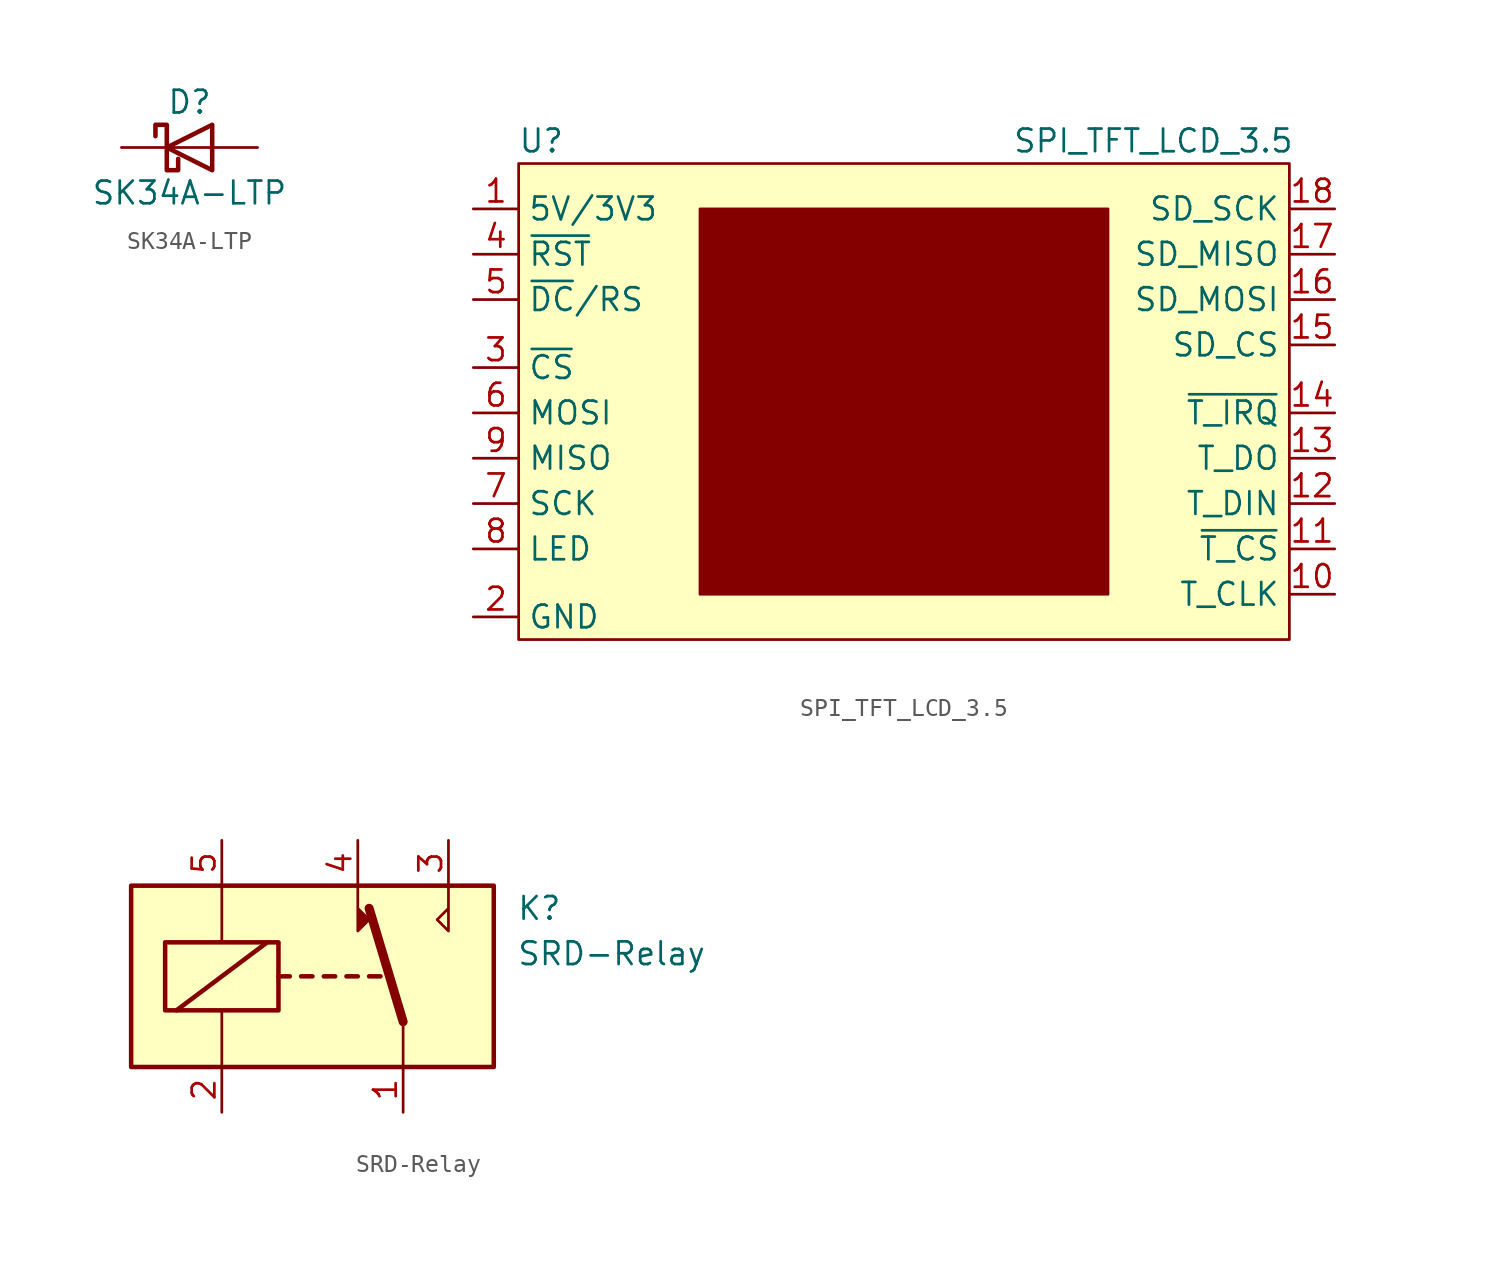
<source format=kicad_sym>
(kicad_symbol_lib
  (version 20220914)
  (generator kicad_symbol_editor)
  (symbol "SK34A-LTP"
    (pin_numbers hide)
    (pin_names
      (offset 1.016) hide)
    (property "Reference" "D"
      (at 0 2.54 0)
      (effects (font (size 1.27 1.27))))
    (property "Value" "SK34A-LTP"
      (at 0 -2.54 0)
      (effects (font (size 1.27 1.27))))
    (symbol "SK34A-LTP_0_1"
      (polyline (pts (xy 1.27 0) (xy -1.27 0)) (stroke (width 0) (type default)) (fill (type none)))
      (polyline (pts (xy 1.27 1.27) (xy 1.27 -1.27) (xy -1.27 0) (xy 1.27 1.27)) (stroke (width 0.254) (type default)) (fill (type none)))
      (polyline (pts (xy -1.905 0.635) (xy -1.905 1.27) (xy -1.27 1.27) (xy -1.27 -1.27) (xy -0.635 -1.27) (xy -0.635 -0.635)) (stroke (width 0.254) (type default)) (fill (type none))))
    (symbol "SK34A-LTP_1_1"
      (pin passive line (at -3.81 0 0) (length 2.54) (name "K" (effects (font (size 1.27 1.27)))) (number "1" (effects (font (size 1.27 1.27)))))
      (pin passive line (at 3.81 0 180) (length 2.54) (name "A" (effects (font (size 1.27 1.27)))) (number "2" (effects (font (size 1.27 1.27)))))))
  (symbol "SPI_TFT_LCD_3.5"
    (property "Reference" "U"
      (at -20.32 13.97 0)
      (effects (font (size 1.27 1.27))))
    (property "Value" "SPI_TFT_LCD_3.5"
      (at 13.97 13.97 0)
      (effects (font (size 1.27 1.27))))
    (symbol "SPI_TFT_LCD_3.5_0_1"
      (rectangle (start -21.59 12.7) (end 21.59 -13.97) (stroke (width 0) (type default)) (fill (type background)))
      (rectangle (start -11.43 10.16) (end 11.43 -11.43) (stroke (width 0) (type default)) (fill (type outline))))
    (symbol "SPI_TFT_LCD_3.5_1_1"
      (pin power_in line (at -24.13 10.16 0) (length 2.54) (name "5V/3V3" (effects (font (size 1.27 1.27)))) (number "1" (effects (font (size 1.27 1.27)))))
      (pin passive line (at 24.13 -11.43 180) (length 2.54) (name "T_CLK" (effects (font (size 1.27 1.27)))) (number "10" (effects (font (size 1.27 1.27)))))
      (pin input line (at 24.13 -8.89 180) (length 2.54) (name "~{T_CS}" (effects (font (size 1.27 1.27)))) (number "11" (effects (font (size 1.27 1.27)))))
      (pin input line (at 24.13 -6.35 180) (length 2.54) (name "T_DIN" (effects (font (size 1.27 1.27)))) (number "12" (effects (font (size 1.27 1.27)))))
      (pin output line (at 24.13 -3.81 180) (length 2.54) (name "T_DO" (effects (font (size 1.27 1.27)))) (number "13" (effects (font (size 1.27 1.27)))))
      (pin input line (at 24.13 -1.27 180) (length 2.54) (name "~{T_IRQ}" (effects (font (size 1.27 1.27)))) (number "14" (effects (font (size 1.27 1.27)))))
      (pin input line (at 24.13 2.54 180) (length 2.54) (name "SD_CS" (effects (font (size 1.27 1.27)))) (number "15" (effects (font (size 1.27 1.27)))))
      (pin input line (at 24.13 5.08 180) (length 2.54) (name "SD_MOSI" (effects (font (size 1.27 1.27)))) (number "16" (effects (font (size 1.27 1.27)))))
      (pin output line (at 24.13 7.62 180) (length 2.54) (name "SD_MISO" (effects (font (size 1.27 1.27)))) (number "17" (effects (font (size 1.27 1.27)))))
      (pin passive line (at 24.13 10.16 180) (length 2.54) (name "SD_SCK" (effects (font (size 1.27 1.27)))) (number "18" (effects (font (size 1.27 1.27)))))
      (pin power_in line (at -24.13 -12.7 0) (length 2.54) (name "GND" (effects (font (size 1.27 1.27)))) (number "2" (effects (font (size 1.27 1.27)))))
      (pin input line (at -24.13 1.27 0) (length 2.54) (name "~{CS}" (effects (font (size 1.27 1.27)))) (number "3" (effects (font (size 1.27 1.27)))))
      (pin input line (at -24.13 7.62 0) (length 2.54) (name "~{RST}" (effects (font (size 1.27 1.27)))) (number "4" (effects (font (size 1.27 1.27)))))
      (pin input line (at -24.13 5.08 0) (length 2.54) (name "~{DC}/RS" (effects (font (size 1.27 1.27)))) (number "5" (effects (font (size 1.27 1.27)))))
      (pin input line (at -24.13 -1.27 0) (length 2.54) (name "MOSI" (effects (font (size 1.27 1.27)))) (number "6" (effects (font (size 1.27 1.27)))))
      (pin passive line (at -24.13 -6.35 0) (length 2.54) (name "SCK" (effects (font (size 1.27 1.27)))) (number "7" (effects (font (size 1.27 1.27)))))
      (pin power_in line (at -24.13 -8.89 0) (length 2.54) (name "LED" (effects (font (size 1.27 1.27)))) (number "8" (effects (font (size 1.27 1.27)))))
      (pin output line (at -24.13 -3.81 0) (length 2.54) (name "MISO" (effects (font (size 1.27 1.27)))) (number "9" (effects (font (size 1.27 1.27)))))))
  (symbol "SRD-Relay"
    (property "Reference" "K"
      (at 11.43 3.81 0)
      (effects (font (size 1.27 1.27)) (justify left)))
    (property "Value" "SRD-Relay"
      (at 11.43 1.27 0)
      (effects (font (size 1.27 1.27)) (justify left)))
    (symbol "SRD-Relay_0_0"
      (polyline (pts (xy 7.62 5.08) (xy 7.62 2.54) (xy 6.985 3.175) (xy 7.62 3.81)) (stroke (width 0) (type solid)) (fill (type none))))
    (symbol "SRD-Relay_0_1"
      (rectangle (start -10.16 5.08) (end 10.16 -5.08) (stroke (width 0.254) (type solid)) (fill (type background)))
      (rectangle (start -8.255 1.905) (end -1.905 -1.905) (stroke (width 0.254) (type solid)) (fill (type none)))
      (polyline (pts (xy -7.62 -1.905) (xy -2.54 1.905)) (stroke (width 0.254) (type solid)) (fill (type none)))
      (polyline (pts (xy -5.08 -5.08) (xy -5.08 -1.905)) (stroke (width 0) (type solid)) (fill (type none)))
      (polyline (pts (xy -5.08 5.08) (xy -5.08 1.905)) (stroke (width 0) (type solid)) (fill (type none)))
      (polyline (pts (xy -1.905 0) (xy -1.27 0)) (stroke (width 0.254) (type solid)) (fill (type none)))
      (polyline (pts (xy -0.635 0) (xy 0 0)) (stroke (width 0.254) (type solid)) (fill (type none)))
      (polyline (pts (xy 0.635 0) (xy 1.27 0)) (stroke (width 0.254) (type solid)) (fill (type none)))
      (polyline (pts (xy 1.905 0) (xy 2.54 0)) (stroke (width 0.254) (type solid)) (fill (type none)))
      (polyline (pts (xy 3.175 0) (xy 3.81 0)) (stroke (width 0.254) (type solid)) (fill (type none)))
      (polyline (pts (xy 5.08 -2.54) (xy 3.175 3.81)) (stroke (width 0.508) (type solid)) (fill (type none)))
      (polyline (pts (xy 5.08 -2.54) (xy 5.08 -5.08)) (stroke (width 0) (type solid)) (fill (type none)))
      (polyline (pts (xy 2.54 5.08) (xy 2.54 2.54) (xy 3.175 3.175) (xy 2.54 3.81)) (stroke (width 0) (type solid)) (fill (type outline))))
    (symbol "SRD-Relay_1_1"
      (pin passive line (at 5.08 -7.62 90) (length 2.54) (name "~" (effects (font (size 1.27 1.27)))) (number "1" (effects (font (size 1.27 1.27)))))
      (pin passive line (at -5.08 -7.62 90) (length 2.54) (name "~" (effects (font (size 1.27 1.27)))) (number "2" (effects (font (size 1.27 1.27)))))
      (pin passive line (at 7.62 7.62 270) (length 2.54) (name "~" (effects (font (size 1.27 1.27)))) (number "3" (effects (font (size 1.27 1.27)))))
      (pin passive line (at 2.54 7.62 270) (length 2.54) (name "~" (effects (font (size 1.27 1.27)))) (number "4" (effects (font (size 1.27 1.27)))))
      (pin passive line (at -5.08 7.62 270) (length 2.54) (name "~" (effects (font (size 1.27 1.27)))) (number "5" (effects (font (size 1.27 1.27))))))))
</source>
